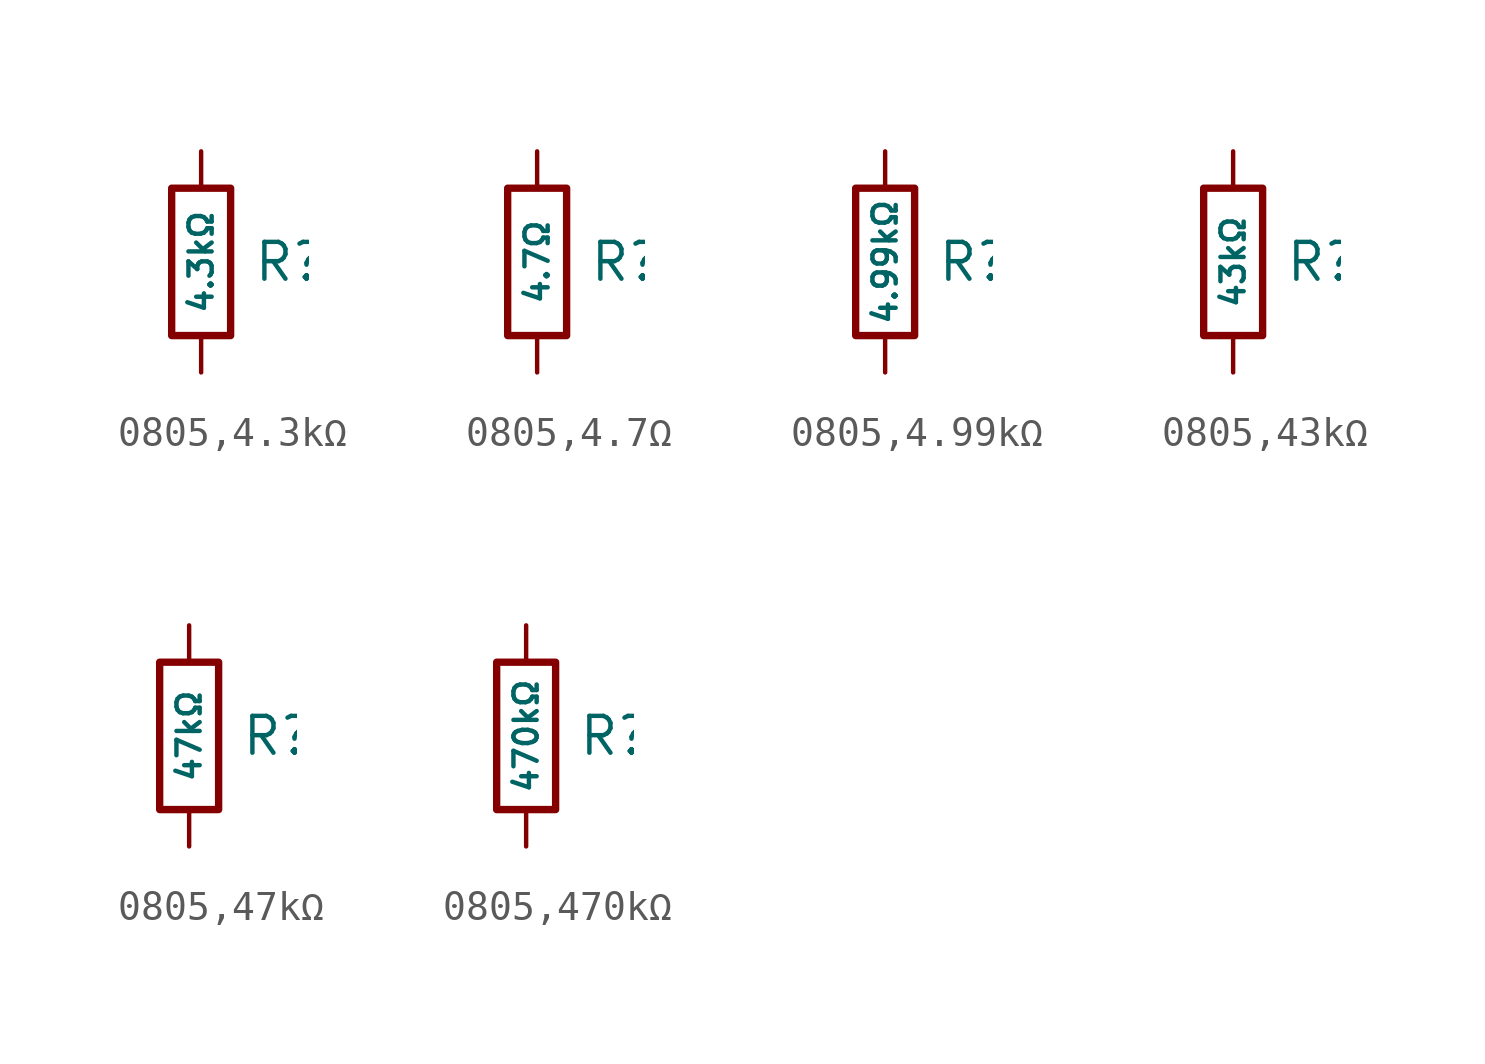
<source format=kicad_sym>
(kicad_symbol_lib
  (version 20231120)
  (generator "CDFER")
  (generator_version "8.0")
  (symbol "0805,4.3kΩ"
    (pin_numbers hide)
    (pin_names
      (offset 0))
    (property "Reference" "R"
      (at 1.778 0 0)
      (effects (font (size 1.27 1.27)) (justify left)))
    (property "Value" "4.3kΩ"
      (at 0 0 90)
      (do_not_autoplace)
      (effects (font (size 0.8 0.8))))
    (symbol "0805,4.3kΩ_0_1"
      (rectangle (start -1.016 2.54) (end 1.016 -2.54) (stroke (width 0.254) (type default)) (fill (type none))))
    (symbol "0805,4.3kΩ_1_1"
      (pin passive line (at 0 3.81 270) (length 1.27) (name "~" (effects (font (size 1.27 1.27)))) (number "1" (effects (font (size 1.27 1.27)))))
      (pin passive line (at 0 -3.81 90) (length 1.27) (name "~" (effects (font (size 1.27 1.27)))) (number "2" (effects (font (size 1.27 1.27)))))))
  (symbol "0805,4.7Ω"
    (pin_numbers hide)
    (pin_names
      (offset 0))
    (property "Reference" "R"
      (at 1.778 0 0)
      (effects (font (size 1.27 1.27)) (justify left)))
    (property "Value" "4.7Ω"
      (at 0 0 90)
      (do_not_autoplace)
      (effects (font (size 0.8 0.8))))
    (symbol "0805,4.7Ω_0_1"
      (rectangle (start -1.016 2.54) (end 1.016 -2.54) (stroke (width 0.254) (type default)) (fill (type none))))
    (symbol "0805,4.7Ω_1_1"
      (pin passive line (at 0 3.81 270) (length 1.27) (name "~" (effects (font (size 1.27 1.27)))) (number "1" (effects (font (size 1.27 1.27)))))
      (pin passive line (at 0 -3.81 90) (length 1.27) (name "~" (effects (font (size 1.27 1.27)))) (number "2" (effects (font (size 1.27 1.27)))))))
  (symbol "0805,4.99kΩ"
    (pin_numbers hide)
    (pin_names
      (offset 0))
    (property "Reference" "R"
      (at 1.778 0 0)
      (effects (font (size 1.27 1.27)) (justify left)))
    (property "Value" "4.99kΩ"
      (at 0 0 90)
      (do_not_autoplace)
      (effects (font (size 0.8 0.8))))
    (symbol "0805,4.99kΩ_0_1"
      (rectangle (start -1.016 2.54) (end 1.016 -2.54) (stroke (width 0.254) (type default)) (fill (type none))))
    (symbol "0805,4.99kΩ_1_1"
      (pin passive line (at 0 3.81 270) (length 1.27) (name "~" (effects (font (size 1.27 1.27)))) (number "1" (effects (font (size 1.27 1.27)))))
      (pin passive line (at 0 -3.81 90) (length 1.27) (name "~" (effects (font (size 1.27 1.27)))) (number "2" (effects (font (size 1.27 1.27)))))))
  (symbol "0805,43kΩ"
    (pin_numbers hide)
    (pin_names
      (offset 0))
    (property "Reference" "R"
      (at 1.778 0 0)
      (effects (font (size 1.27 1.27)) (justify left)))
    (property "Value" "43kΩ"
      (at 0 0 90)
      (do_not_autoplace)
      (effects (font (size 0.8 0.8))))
    (symbol "0805,43kΩ_0_1"
      (rectangle (start -1.016 2.54) (end 1.016 -2.54) (stroke (width 0.254) (type default)) (fill (type none))))
    (symbol "0805,43kΩ_1_1"
      (pin passive line (at 0 3.81 270) (length 1.27) (name "~" (effects (font (size 1.27 1.27)))) (number "1" (effects (font (size 1.27 1.27)))))
      (pin passive line (at 0 -3.81 90) (length 1.27) (name "~" (effects (font (size 1.27 1.27)))) (number "2" (effects (font (size 1.27 1.27)))))))
  (symbol "0805,47kΩ"
    (pin_numbers hide)
    (pin_names
      (offset 0))
    (property "Reference" "R"
      (at 1.778 0 0)
      (effects (font (size 1.27 1.27)) (justify left)))
    (property "Value" "47kΩ"
      (at 0 0 90)
      (do_not_autoplace)
      (effects (font (size 0.8 0.8))))
    (symbol "0805,47kΩ_0_1"
      (rectangle (start -1.016 2.54) (end 1.016 -2.54) (stroke (width 0.254) (type default)) (fill (type none))))
    (symbol "0805,47kΩ_1_1"
      (pin passive line (at 0 3.81 270) (length 1.27) (name "~" (effects (font (size 1.27 1.27)))) (number "1" (effects (font (size 1.27 1.27)))))
      (pin passive line (at 0 -3.81 90) (length 1.27) (name "~" (effects (font (size 1.27 1.27)))) (number "2" (effects (font (size 1.27 1.27)))))))
  (symbol "0805,470kΩ"
    (pin_numbers hide)
    (pin_names
      (offset 0))
    (property "Reference" "R"
      (at 1.778 0 0)
      (effects (font (size 1.27 1.27)) (justify left)))
    (property "Value" "470kΩ"
      (at 0 0 90)
      (do_not_autoplace)
      (effects (font (size 0.8 0.8))))
    (symbol "0805,470kΩ_0_1"
      (rectangle (start -1.016 2.54) (end 1.016 -2.54) (stroke (width 0.254) (type default)) (fill (type none))))
    (symbol "0805,470kΩ_1_1"
      (pin passive line (at 0 3.81 270) (length 1.27) (name "~" (effects (font (size 1.27 1.27)))) (number "1" (effects (font (size 1.27 1.27)))))
      (pin passive line (at 0 -3.81 90) (length 1.27) (name "~" (effects (font (size 1.27 1.27)))) (number "2" (effects (font (size 1.27 1.27))))))))
</source>
